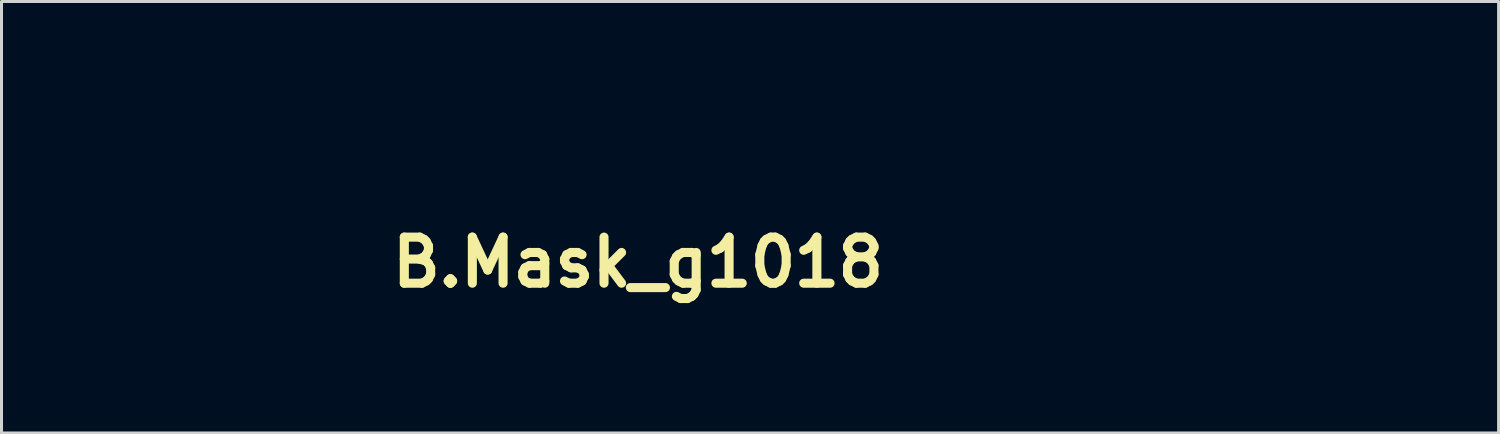
<source format=kicad_pcb>
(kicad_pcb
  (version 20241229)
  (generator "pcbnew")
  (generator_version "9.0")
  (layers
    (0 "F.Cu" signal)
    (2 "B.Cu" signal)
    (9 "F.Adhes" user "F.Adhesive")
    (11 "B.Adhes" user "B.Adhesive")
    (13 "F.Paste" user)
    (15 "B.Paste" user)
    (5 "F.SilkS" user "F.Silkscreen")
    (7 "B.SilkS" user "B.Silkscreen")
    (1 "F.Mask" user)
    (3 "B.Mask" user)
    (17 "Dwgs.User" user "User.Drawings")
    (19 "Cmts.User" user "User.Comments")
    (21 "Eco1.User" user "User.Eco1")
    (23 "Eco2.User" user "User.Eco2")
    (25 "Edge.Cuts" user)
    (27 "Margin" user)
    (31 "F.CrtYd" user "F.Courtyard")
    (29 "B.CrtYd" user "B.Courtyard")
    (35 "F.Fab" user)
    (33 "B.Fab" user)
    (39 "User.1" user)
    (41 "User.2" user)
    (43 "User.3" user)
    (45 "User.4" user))
  (footprint "B.Mask_g1018"
    (layer "F.Cu")
    (at 18.05 5.626)
    (property "Reference" "B.Mask_g1018" (at 0 0 0) (layer "F.SilkS") (effects (font (size 1.524 1.524) (thickness 0.3))))
    (attr through_hole)
    (fp_poly (pts (xy 25.315 -5.61) (xy 25.354 -5.582) (xy 25.357 -5.578) (xy 25.379 -5.53) (xy 25.4 -5.447) (xy 25.418 -5.334) (xy 25.433 -5.2) (xy 25.444 -5.051) (xy 25.452 -4.893) (xy 25.455 -4.734) (xy 25.453 -4.58) (xy 25.445 -4.438) (xy 25.443 -4.413) (xy 25.427 -4.265) (xy 25.405 -4.125) (xy 25.375 -3.987) (xy 25.336 -3.845) (xy 25.285 -3.696) (xy 25.22 -3.533) (xy 25.141 -3.35) (xy 25.044 -3.143) (xy 24.928 -2.907) (xy 24.893 -2.836) (xy 24.663 -2.39) (xy 24.436 -1.979) (xy 24.207 -1.595) (xy 23.971 -1.232) (xy 23.723 -0.882) (xy 23.459 -0.538) (xy 23.173 -0.194) (xy 22.863 0.157) (xy 22.726 0.305) (xy 22.586 0.451) (xy 22.439 0.597) (xy 22.283 0.746) (xy 22.113 0.903) (xy 21.926 1.07) (xy 21.719 1.251) (xy 21.487 1.448) (xy 21.227 1.665) (xy 21.043 1.818) (xy 20.549 2.226) (xy 19.011 2.266) (xy 18.325 2.283) (xy 17.658 2.3) (xy 17.004 2.316) (xy 16.359 2.331) (xy 15.719 2.346) (xy 15.078 2.361) (xy 14.432 2.375) (xy 13.776 2.389) (xy 13.105 2.404) (xy 12.416 2.418) (xy 11.702 2.432) (xy 10.96 2.447) (xy 10.185 2.462) (xy 9.4 2.477) (xy 9.019 2.484) (xy 8.678 2.49) (xy 8.375 2.496) (xy 8.108 2.501) (xy 7.874 2.505) (xy 7.671 2.509) (xy 7.497 2.511) (xy 7.35 2.514) (xy 7.228 2.515) (xy 7.127 2.516) (xy 7.047 2.517) (xy 6.984 2.517) (xy 6.938 2.516) (xy 6.904 2.515) (xy 6.881 2.513) (xy 6.868 2.511) (xy 6.861 2.509) (xy 6.858 2.506) (xy 6.858 2.503) (xy 6.862 2.44) (xy 6.872 2.353) (xy 6.885 2.253) (xy 6.901 2.149) (xy 6.918 2.052) (xy 6.934 1.972) (xy 6.947 1.919) (xy 6.951 1.909) (xy 6.976 1.869) (xy 7.009 1.828) (xy 7.052 1.786) (xy 7.108 1.74) (xy 7.177 1.69) (xy 7.262 1.637) (xy 7.362 1.578) (xy 7.481 1.514) (xy 7.618 1.444) (xy 7.777 1.367) (xy 7.957 1.283) (xy 8.162 1.19) (xy 8.391 1.088) (xy 8.647 0.976) (xy 8.931 0.855) (xy 9.245 0.722) (xy 9.589 0.578) (xy 9.966 0.421) (xy 10.377 0.252) (xy 10.823 0.069) (xy 11.306 -0.129) (xy 11.716 -0.296) (xy 12.484 -0.609) (xy 13.242 -0.916) (xy 13.987 -1.219) (xy 14.719 -1.515) (xy 15.436 -1.805) (xy 16.138 -2.088) (xy 16.822 -2.363) (xy 17.489 -2.631) (xy 18.137 -2.891) (xy 18.764 -3.142) (xy 19.369 -3.383) (xy 19.952 -3.615) (xy 20.511 -3.837) (xy 21.045 -4.048) (xy 21.553 -4.249) (xy 22.034 -4.437) (xy 22.486 -4.614) (xy 22.908 -4.778) (xy 23.299 -4.93) (xy 23.658 -5.068) (xy 23.985 -5.192) (xy 24.276 -5.302) (xy 24.532 -5.397) (xy 24.752 -5.477) (xy 24.934 -5.541) (xy 24.945 -5.545) (xy 25.08 -5.589) (xy 25.184 -5.614) (xy 25.26 -5.621) (xy 25.315 -5.61)) (stroke (width 0.01) (type solid)) (fill yes) (layer "B.Mask"))
    (fp_poly (pts (xy -17.629 -5.516) (xy -17.554 -5.499) (xy -17.459 -5.471) (xy -17.342 -5.432) (xy -17.198 -5.379) (xy -17.023 -5.313) (xy -16.814 -5.231) (xy -16.764 -5.211) (xy -16.575 -5.137) (xy -16.35 -5.048) (xy -16.091 -4.945) (xy -15.8 -4.829) (xy -15.481 -4.702) (xy -15.137 -4.565) (xy -14.769 -4.418) (xy -14.382 -4.263) (xy -13.976 -4.101) (xy -13.556 -3.933) (xy -13.123 -3.76) (xy -12.682 -3.583) (xy -12.233 -3.403) (xy -11.78 -3.221) (xy -11.326 -3.039) (xy -10.874 -2.857) (xy -10.425 -2.676) (xy -9.983 -2.499) (xy -9.551 -2.324) (xy -9.131 -2.155) (xy -8.726 -1.992) (xy -8.338 -1.835) (xy -8.223 -1.789) (xy -8.081 -1.731) (xy -7.909 -1.662) (xy -7.717 -1.584) (xy -7.513 -1.502) (xy -7.307 -1.419) (xy -7.108 -1.338) (xy -7.017 -1.302) (xy -6.372 -1.041) (xy -5.765 -0.796) (xy -5.195 -0.566) (xy -4.661 -0.349) (xy -4.162 -0.146) (xy -3.696 0.044) (xy -3.263 0.221) (xy -2.86 0.386) (xy -2.488 0.54) (xy -2.144 0.683) (xy -1.828 0.815) (xy -1.538 0.937) (xy -1.274 1.05) (xy -1.033 1.154) (xy -0.816 1.249) (xy -0.62 1.336) (xy -0.445 1.416) (xy -0.289 1.489) (xy -0.151 1.555) (xy -0.03 1.616) (xy 0.075 1.671) (xy 0.165 1.721) (xy 0.242 1.767) (xy 0.306 1.809) (xy 0.359 1.848) (xy 0.403 1.884) (xy 0.437 1.917) (xy 0.464 1.949) (xy 0.466 1.951) (xy 0.491 1.99) (xy 0.508 2.032) (xy 0.518 2.089) (xy 0.524 2.172) (xy 0.526 2.223) (xy 0.528 2.319) (xy 0.526 2.385) (xy 0.517 2.431) (xy 0.501 2.469) (xy 0.482 2.498) (xy 0.448 2.544) (xy 0.41 2.579) (xy 0.363 2.604) (xy 0.3 2.62) (xy 0.215 2.63) (xy 0.1 2.635) (xy -0.042 2.638) (xy -0.154 2.638) (xy -0.3 2.637) (xy -0.469 2.635) (xy -0.655 2.633) (xy -0.846 2.629) (xy -1.035 2.625) (xy -1.079 2.624) (xy -1.226 2.62) (xy -1.394 2.616) (xy -1.586 2.612) (xy -1.801 2.607) (xy -2.042 2.602) (xy -2.308 2.596) (xy -2.603 2.59) (xy -2.925 2.583) (xy -3.278 2.576) (xy -3.661 2.569) (xy -4.075 2.561) (xy -4.523 2.552) (xy -5.005 2.543) (xy -5.522 2.533) (xy -6.075 2.522) (xy -6.665 2.511) (xy -7.294 2.499) (xy -7.962 2.486) (xy -8.671 2.473) (xy -9.068 2.465) (xy -13.003 2.391) (xy -13.28 2.185) (xy -13.391 2.101) (xy -13.506 2.012) (xy -13.613 1.927) (xy -13.702 1.854) (xy -13.726 1.834) (xy -13.893 1.688) (xy -14.078 1.52) (xy -14.277 1.334) (xy -14.485 1.135) (xy -14.698 0.928) (xy -14.911 0.718) (xy -15.119 0.509) (xy -15.317 0.305) (xy -15.501 0.112) (xy -15.666 -0.065) (xy -15.807 -0.223) (xy -15.888 -0.318) (xy -16.218 -0.728) (xy -16.527 -1.144) (xy -16.812 -1.561) (xy -17.073 -1.978) (xy -17.307 -2.391) (xy -17.513 -2.797) (xy -17.689 -3.192) (xy -17.833 -3.573) (xy -17.944 -3.938) (xy -17.994 -4.149) (xy -18.025 -4.334) (xy -18.042 -4.524) (xy -18.045 -4.711) (xy -18.036 -4.892) (xy -18.015 -5.059) (xy -17.983 -5.208) (xy -17.94 -5.334) (xy -17.888 -5.429) (xy -17.827 -5.49) (xy -17.816 -5.496) (xy -17.779 -5.512) (xy -17.738 -5.521) (xy -17.689 -5.523) (xy -17.629 -5.516)) (stroke (width 0.01) (type solid)) (fill yes) (layer "B.Mask")))
  (gr_rect
    (start -3 -3)
    (end 46.51 11.269)
    (stroke (width 0.1) (type default))
    (fill no)
    (layer "Edge.Cuts")))
</source>
